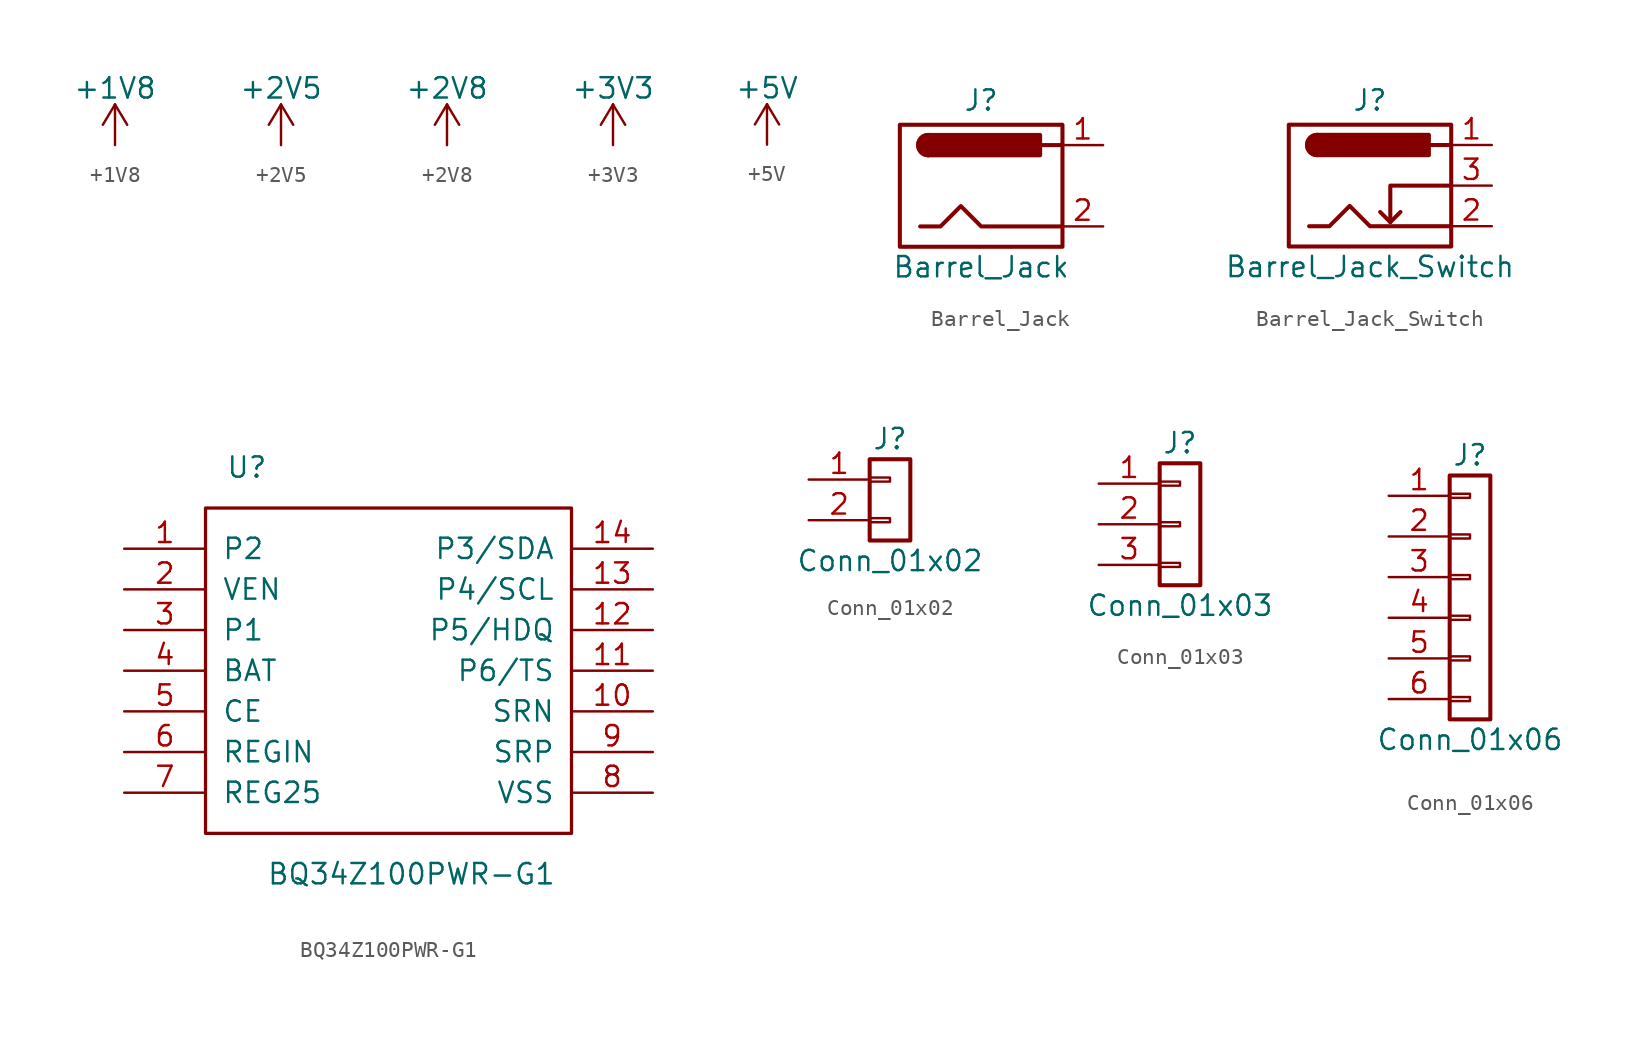
<source format=kicad_sym>
(kicad_symbol_lib
  (version 20241209)
  (generator "kicad_symbol_editor")
  (generator_version "9.0")
  (symbol "+1V8"
    (power)
    (pin_names
      (offset 0))
    (property "Reference" "#PWR"
      (at 0 -3.81 0)
      (effects (font (size 1.27 1.27)) (hide yes)))
    (property "Value" "+1V8"
      (at 0 3.556 0)
      (effects (font (size 1.27 1.27))))
    (symbol "+1V8_0_1"
      (polyline (pts (xy -0.762 1.27) (xy 0 2.54)) (stroke (width 0) (type solid)) (fill (type none)))
      (polyline (pts (xy 0 2.54) (xy 0.762 1.27)) (stroke (width 0) (type solid)) (fill (type none)))
      (polyline (pts (xy 0 0) (xy 0 2.54)) (stroke (width 0) (type solid)) (fill (type none))))
    (symbol "+1V8_1_1"
      (pin power_in line (at 0 0 90) (length 0) (hide yes) (name "+1V8" (effects (font (size 0 0)))) (number "1" (effects (font (size 0 0)))))))
  (symbol "+2V5"
    (power)
    (pin_names
      (offset 0))
    (property "Reference" "#PWR"
      (at 0 -3.81 0)
      (effects (font (size 1.27 1.27)) (hide yes)))
    (property "Value" "+2V5"
      (at 0 3.556 0)
      (effects (font (size 1.27 1.27))))
    (symbol "+2V5_0_1"
      (polyline (pts (xy -0.762 1.27) (xy 0 2.54)) (stroke (width 0) (type solid)) (fill (type none)))
      (polyline (pts (xy 0 2.54) (xy 0.762 1.27)) (stroke (width 0) (type solid)) (fill (type none)))
      (polyline (pts (xy 0 0) (xy 0 2.54)) (stroke (width 0) (type solid)) (fill (type none))))
    (symbol "+2V5_1_1"
      (pin power_in line (at 0 0 90) (length 0) (hide yes) (name "+2V5" (effects (font (size 0 0)))) (number "1" (effects (font (size 0 0)))))))
  (symbol "+2V8"
    (power)
    (pin_names
      (offset 0))
    (property "Reference" "#PWR"
      (at 0 -3.81 0)
      (effects (font (size 1.27 1.27)) (hide yes)))
    (property "Value" "+2V8"
      (at 0 3.556 0)
      (effects (font (size 1.27 1.27))))
    (symbol "+2V8_0_1"
      (polyline (pts (xy -0.762 1.27) (xy 0 2.54)) (stroke (width 0) (type solid)) (fill (type none)))
      (polyline (pts (xy 0 2.54) (xy 0.762 1.27)) (stroke (width 0) (type solid)) (fill (type none)))
      (polyline (pts (xy 0 0) (xy 0 2.54)) (stroke (width 0) (type solid)) (fill (type none))))
    (symbol "+2V8_1_1"
      (pin power_in line (at 0 0 90) (length 0) (hide yes) (name "+2V8" (effects (font (size 0 0)))) (number "1" (effects (font (size 0 0)))))))
  (symbol "+3V3"
    (power)
    (pin_names
      (offset 0))
    (property "Reference" "#PWR"
      (at 0 -3.81 0)
      (effects (font (size 1.27 1.27)) (hide yes)))
    (property "Value" "+3V3"
      (at 0 3.556 0)
      (effects (font (size 1.27 1.27))))
    (symbol "+3V3_0_1"
      (polyline (pts (xy -0.762 1.27) (xy 0 2.54)) (stroke (width 0) (type solid)) (fill (type none)))
      (polyline (pts (xy 0 2.54) (xy 0.762 1.27)) (stroke (width 0) (type solid)) (fill (type none)))
      (polyline (pts (xy 0 0) (xy 0 2.54)) (stroke (width 0) (type solid)) (fill (type none))))
    (symbol "+3V3_1_1"
      (pin power_in line (at 0 0 90) (length 0) (hide yes) (name "+3V3" (effects (font (size 0 0)))) (number "1" (effects (font (size 0 0)))))))
  (symbol "+5V"
    (power)
    (pin_names
      (offset 0))
    (property "Reference" "#PWR"
      (at 0 -3.81 0)
      (effects (font (size 1.27 1.27)) (hide yes)))
    (property "Value" "+5V"
      (at 0 3.556 0)
      (effects (font (size 1.27 1.27))))
    (symbol "+5V_0_1"
      (polyline (pts (xy -0.762 1.27) (xy 0 2.54)) (stroke (width 0) (type solid)) (fill (type none)))
      (polyline (pts (xy 0 2.54) (xy 0.762 1.27)) (stroke (width 0) (type solid)) (fill (type none)))
      (polyline (pts (xy 0 0) (xy 0 2.54)) (stroke (width 0) (type solid)) (fill (type none))))
    (symbol "+5V_1_1"
      (pin power_in line (at 0 0 90) (length 0) (hide yes) (name "+5V" (effects (font (size 0 0)))) (number "1" (effects (font (size 0 0)))))))
  (symbol "Barrel_Jack"
    (pin_names
      (offset 1.016))
    (property "Reference" "J"
      (at 0 5.334 0)
      (effects (font (size 1.27 1.27))))
    (property "Value" "Barrel_Jack"
      (at 0 -5.08 0)
      (effects (font (size 1.27 1.27))))
    (symbol "Barrel_Jack_0_1"
      (rectangle (start -5.08 3.81) (end 5.08 -3.81) (stroke (width 0.254) (type solid)) (fill (type none)))
      (polyline (pts (xy -3.81 -2.54) (xy -2.54 -2.54) (xy -1.27 -1.27) (xy 0 -2.54) (xy 2.54 -2.54) (xy 5.08 -2.54)) (stroke (width 0.254) (type solid)) (fill (type none)))
      (arc (start -3.302 1.905) (mid -3.9343 2.54) (end -3.302 3.175) (stroke (width 0.254) (type solid)) (fill (type none)))
      (arc (start -3.302 1.905) (mid -3.9343 2.54) (end -3.302 3.175) (stroke (width 0.254) (type solid)) (fill (type outline)))
      (rectangle (start 3.683 3.175) (end -3.302 1.905) (stroke (width 0.254) (type solid)) (fill (type outline)))
      (polyline (pts (xy 5.08 2.54) (xy 3.81 2.54)) (stroke (width 0.254) (type solid)) (fill (type none))))
    (symbol "Barrel_Jack_1_1"
      (pin passive line (at 7.62 2.54 180) (length 2.54) (name "~" (effects (font (size 1.27 1.27)))) (number "1" (effects (font (size 1.27 1.27)))))
      (pin passive line (at 7.62 -2.54 180) (length 2.54) (name "~" (effects (font (size 1.27 1.27)))) (number "2" (effects (font (size 1.27 1.27)))))))
  (symbol "Barrel_Jack_Switch"
    (pin_names
      (hide yes))
    (property "Reference" "J"
      (at 0 5.334 0)
      (effects (font (size 1.27 1.27))))
    (property "Value" "Barrel_Jack_Switch"
      (at 0 -5.08 0)
      (effects (font (size 1.27 1.27))))
    (symbol "Barrel_Jack_Switch_0_1"
      (rectangle (start -5.08 3.81) (end 5.08 -3.81) (stroke (width 0.254) (type solid)) (fill (type none)))
      (polyline (pts (xy -3.81 -2.54) (xy -2.54 -2.54) (xy -1.27 -1.27) (xy 0 -2.54) (xy 2.54 -2.54) (xy 5.08 -2.54)) (stroke (width 0.254) (type solid)) (fill (type none)))
      (arc (start -3.302 1.905) (mid -3.9343 2.54) (end -3.302 3.175) (stroke (width 0.254) (type solid)) (fill (type none)))
      (arc (start -3.302 1.905) (mid -3.9343 2.54) (end -3.302 3.175) (stroke (width 0.254) (type solid)) (fill (type outline)))
      (polyline (pts (xy 1.27 -2.286) (xy 1.905 -1.651)) (stroke (width 0.254) (type solid)) (fill (type none)))
      (rectangle (start 3.683 3.175) (end -3.302 1.905) (stroke (width 0.254) (type solid)) (fill (type outline)))
      (polyline (pts (xy 5.08 2.54) (xy 3.81 2.54)) (stroke (width 0.254) (type solid)) (fill (type none)))
      (polyline (pts (xy 5.08 0) (xy 1.27 0) (xy 1.27 -2.286) (xy 0.635 -1.651)) (stroke (width 0.254) (type solid)) (fill (type none))))
    (symbol "Barrel_Jack_Switch_1_1"
      (pin passive line (at 7.62 2.54 180) (length 2.54) (name "~" (effects (font (size 1.27 1.27)))) (number "1" (effects (font (size 1.27 1.27)))))
      (pin passive line (at 7.62 0 180) (length 2.54) (name "~" (effects (font (size 1.27 1.27)))) (number "3" (effects (font (size 1.27 1.27)))))
      (pin passive line (at 7.62 -2.54 180) (length 2.54) (name "~" (effects (font (size 1.27 1.27)))) (number "2" (effects (font (size 1.27 1.27)))))))
  (symbol "BQ34Z100PWR-G1"
    (pin_names
      (offset 1.016))
    (property "Reference" "U"
      (at -10.16 12.7 0)
      (effects (font (size 1.27 1.27)) (justify left)))
    (property "Value" "BQ34Z100PWR-G1"
      (at -7.62 -12.7 0)
      (effects (font (size 1.27 1.27)) (justify left)))
    (symbol "BQ34Z100PWR-G1_0_0"
      (pin bidirectional line (at -16.51 7.62 0) (length 5.08) (name "P2" (effects (font (size 1.27 1.27)))) (number "1" (effects (font (size 1.27 1.27)))))
      (pin bidirectional line (at -16.51 5.08 0) (length 5.08) (name "VEN" (effects (font (size 1.27 1.27)))) (number "2" (effects (font (size 1.27 1.27)))))
      (pin bidirectional line (at -16.51 2.54 0) (length 5.08) (name "P1" (effects (font (size 1.27 1.27)))) (number "3" (effects (font (size 1.27 1.27)))))
      (pin bidirectional line (at -16.51 0 0) (length 5.08) (name "BAT" (effects (font (size 1.27 1.27)))) (number "4" (effects (font (size 1.27 1.27)))))
      (pin bidirectional line (at -16.51 -2.54 0) (length 5.08) (name "CE" (effects (font (size 1.27 1.27)))) (number "5" (effects (font (size 1.27 1.27)))))
      (pin bidirectional line (at -16.51 -5.08 0) (length 5.08) (name "REGIN" (effects (font (size 1.27 1.27)))) (number "6" (effects (font (size 1.27 1.27)))))
      (pin bidirectional line (at -16.51 -7.62 0) (length 5.08) (name "REG25" (effects (font (size 1.27 1.27)))) (number "7" (effects (font (size 1.27 1.27)))))
      (pin bidirectional line (at 16.51 7.62 180) (length 5.08) (name "P3/SDA" (effects (font (size 1.27 1.27)))) (number "14" (effects (font (size 1.27 1.27)))))
      (pin bidirectional line (at 16.51 5.08 180) (length 5.08) (name "P4/SCL" (effects (font (size 1.27 1.27)))) (number "13" (effects (font (size 1.27 1.27)))))
      (pin bidirectional line (at 16.51 2.54 180) (length 5.08) (name "P5/HDQ" (effects (font (size 1.27 1.27)))) (number "12" (effects (font (size 1.27 1.27)))))
      (pin bidirectional line (at 16.51 0 180) (length 5.08) (name "P6/TS" (effects (font (size 1.27 1.27)))) (number "11" (effects (font (size 1.27 1.27)))))
      (pin bidirectional line (at 16.51 -2.54 180) (length 5.08) (name "SRN" (effects (font (size 1.27 1.27)))) (number "10" (effects (font (size 1.27 1.27)))))
      (pin bidirectional line (at 16.51 -5.08 180) (length 5.08) (name "SRP" (effects (font (size 1.27 1.27)))) (number "9" (effects (font (size 1.27 1.27)))))
      (pin bidirectional line (at 16.51 -7.62 180) (length 5.08) (name "VSS" (effects (font (size 1.27 1.27)))) (number "8" (effects (font (size 1.27 1.27))))))
    (symbol "BQ34Z100PWR-G1_0_1"
      (polyline (pts (xy -11.43 10.16) (xy 11.43 10.16) (xy 11.43 -10.16) (xy -11.43 -10.16) (xy -11.43 10.16)) (stroke (width 0.203) (type solid)) (fill (type none)))))
  (symbol "Conn_01x02"
    (pin_names
      (offset 1.016)
      (hide yes))
    (property "Reference" "J"
      (at 0 2.54 0)
      (effects (font (size 1.27 1.27))))
    (property "Value" "Conn_01x02"
      (at 0 -5.08 0)
      (effects (font (size 1.27 1.27))))
    (symbol "Conn_01x02_1_1"
      (rectangle (start -1.27 1.27) (end 1.27 -3.81) (stroke (width 0.254) (type solid)) (fill (type none)))
      (rectangle (start -1.27 0.127) (end 0 -0.127) (stroke (width 0.152) (type solid)) (fill (type none)))
      (rectangle (start -1.27 -2.413) (end 0 -2.667) (stroke (width 0.152) (type solid)) (fill (type none)))
      (pin passive line (at -5.08 0 0) (length 3.81) (name "Pin_1" (effects (font (size 1.27 1.27)))) (number "1" (effects (font (size 1.27 1.27)))))
      (pin passive line (at -5.08 -2.54 0) (length 3.81) (name "Pin_2" (effects (font (size 1.27 1.27)))) (number "2" (effects (font (size 1.27 1.27)))))))
  (symbol "Conn_01x03"
    (pin_names
      (offset 1.016)
      (hide yes))
    (property "Reference" "J"
      (at 0 5.08 0)
      (effects (font (size 1.27 1.27))))
    (property "Value" "Conn_01x03"
      (at 0 -5.08 0)
      (effects (font (size 1.27 1.27))))
    (symbol "Conn_01x03_1_1"
      (rectangle (start -1.27 3.81) (end 1.27 -3.81) (stroke (width 0.254) (type solid)) (fill (type none)))
      (rectangle (start -1.27 2.667) (end 0 2.413) (stroke (width 0.152) (type solid)) (fill (type none)))
      (rectangle (start -1.27 0.127) (end 0 -0.127) (stroke (width 0.152) (type solid)) (fill (type none)))
      (rectangle (start -1.27 -2.413) (end 0 -2.667) (stroke (width 0.152) (type solid)) (fill (type none)))
      (pin passive line (at -5.08 2.54 0) (length 3.81) (name "Pin_1" (effects (font (size 1.27 1.27)))) (number "1" (effects (font (size 1.27 1.27)))))
      (pin passive line (at -5.08 0 0) (length 3.81) (name "Pin_2" (effects (font (size 1.27 1.27)))) (number "2" (effects (font (size 1.27 1.27)))))
      (pin passive line (at -5.08 -2.54 0) (length 3.81) (name "Pin_3" (effects (font (size 1.27 1.27)))) (number "3" (effects (font (size 1.27 1.27)))))))
  (symbol "Conn_01x06"
    (pin_names
      (offset 1.016)
      (hide yes))
    (property "Reference" "J"
      (at 0 7.62 0)
      (effects (font (size 1.27 1.27))))
    (property "Value" "Conn_01x06"
      (at 0 -10.16 0)
      (effects (font (size 1.27 1.27))))
    (symbol "Conn_01x06_1_1"
      (rectangle (start -1.27 6.35) (end 1.27 -8.89) (stroke (width 0.254) (type solid)) (fill (type none)))
      (rectangle (start -1.27 5.207) (end 0 4.953) (stroke (width 0.152) (type solid)) (fill (type none)))
      (rectangle (start -1.27 2.667) (end 0 2.413) (stroke (width 0.152) (type solid)) (fill (type none)))
      (rectangle (start -1.27 0.127) (end 0 -0.127) (stroke (width 0.152) (type solid)) (fill (type none)))
      (rectangle (start -1.27 -2.413) (end 0 -2.667) (stroke (width 0.152) (type solid)) (fill (type none)))
      (rectangle (start -1.27 -4.953) (end 0 -5.207) (stroke (width 0.152) (type solid)) (fill (type none)))
      (rectangle (start -1.27 -7.493) (end 0 -7.747) (stroke (width 0.152) (type solid)) (fill (type none)))
      (pin passive line (at -5.08 5.08 0) (length 3.81) (name "Pin_1" (effects (font (size 1.27 1.27)))) (number "1" (effects (font (size 1.27 1.27)))))
      (pin passive line (at -5.08 2.54 0) (length 3.81) (name "Pin_2" (effects (font (size 1.27 1.27)))) (number "2" (effects (font (size 1.27 1.27)))))
      (pin passive line (at -5.08 0 0) (length 3.81) (name "Pin_3" (effects (font (size 1.27 1.27)))) (number "3" (effects (font (size 1.27 1.27)))))
      (pin passive line (at -5.08 -2.54 0) (length 3.81) (name "Pin_4" (effects (font (size 1.27 1.27)))) (number "4" (effects (font (size 1.27 1.27)))))
      (pin passive line (at -5.08 -5.08 0) (length 3.81) (name "Pin_5" (effects (font (size 1.27 1.27)))) (number "5" (effects (font (size 1.27 1.27)))))
      (pin passive line (at -5.08 -7.62 0) (length 3.81) (name "Pin_6" (effects (font (size 1.27 1.27)))) (number "6" (effects (font (size 1.27 1.27))))))))
</source>
